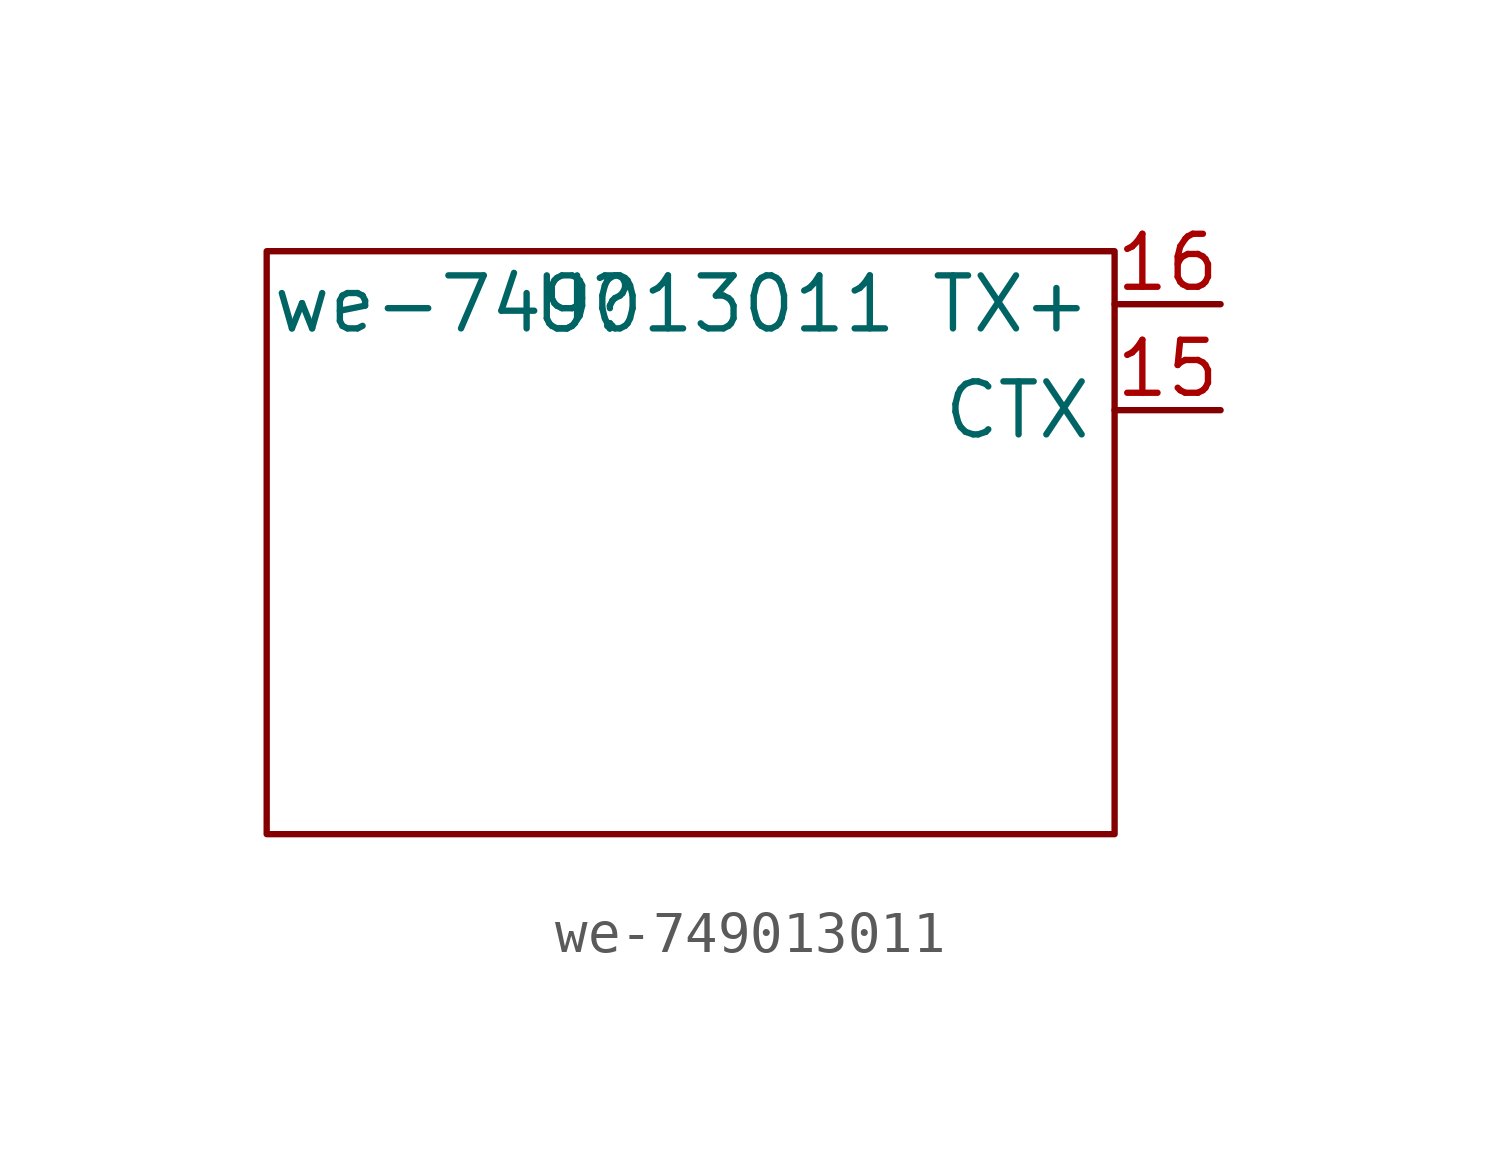
<source format=kicad_sym>
(kicad_symbol_lib
  (version 20211014)
  (generator kicad_symbol_editor)
  (symbol "we-749013011"
    (property "Reference" "U"
      (at -2.54 5.08 0)
      (effects (font (size 1.27 1.27))))
    (property "Value" "we-749013011"
      (at -2.54 5.08 0)
      (effects (font (size 1.27 1.27))))
    (symbol "we-749013011_0_1"
      (rectangle (start -10.16 6.35) (end 10.16 -7.62) (stroke (width 0.152) (type default) (color 0 0 0 0)) (fill (type none))))
    (symbol "we-749013011_1_1"
      (pin passive line (at 12.7 2.54 180) (length 2.54) (name "CTX" (effects (font (size 1.27 1.27)))) (number "15" (effects (font (size 1.27 1.27)))))
      (pin passive line (at 12.7 5.08 180) (length 2.54) (name "TX+" (effects (font (size 1.27 1.27)))) (number "16" (effects (font (size 1.27 1.27))))))))
</source>
